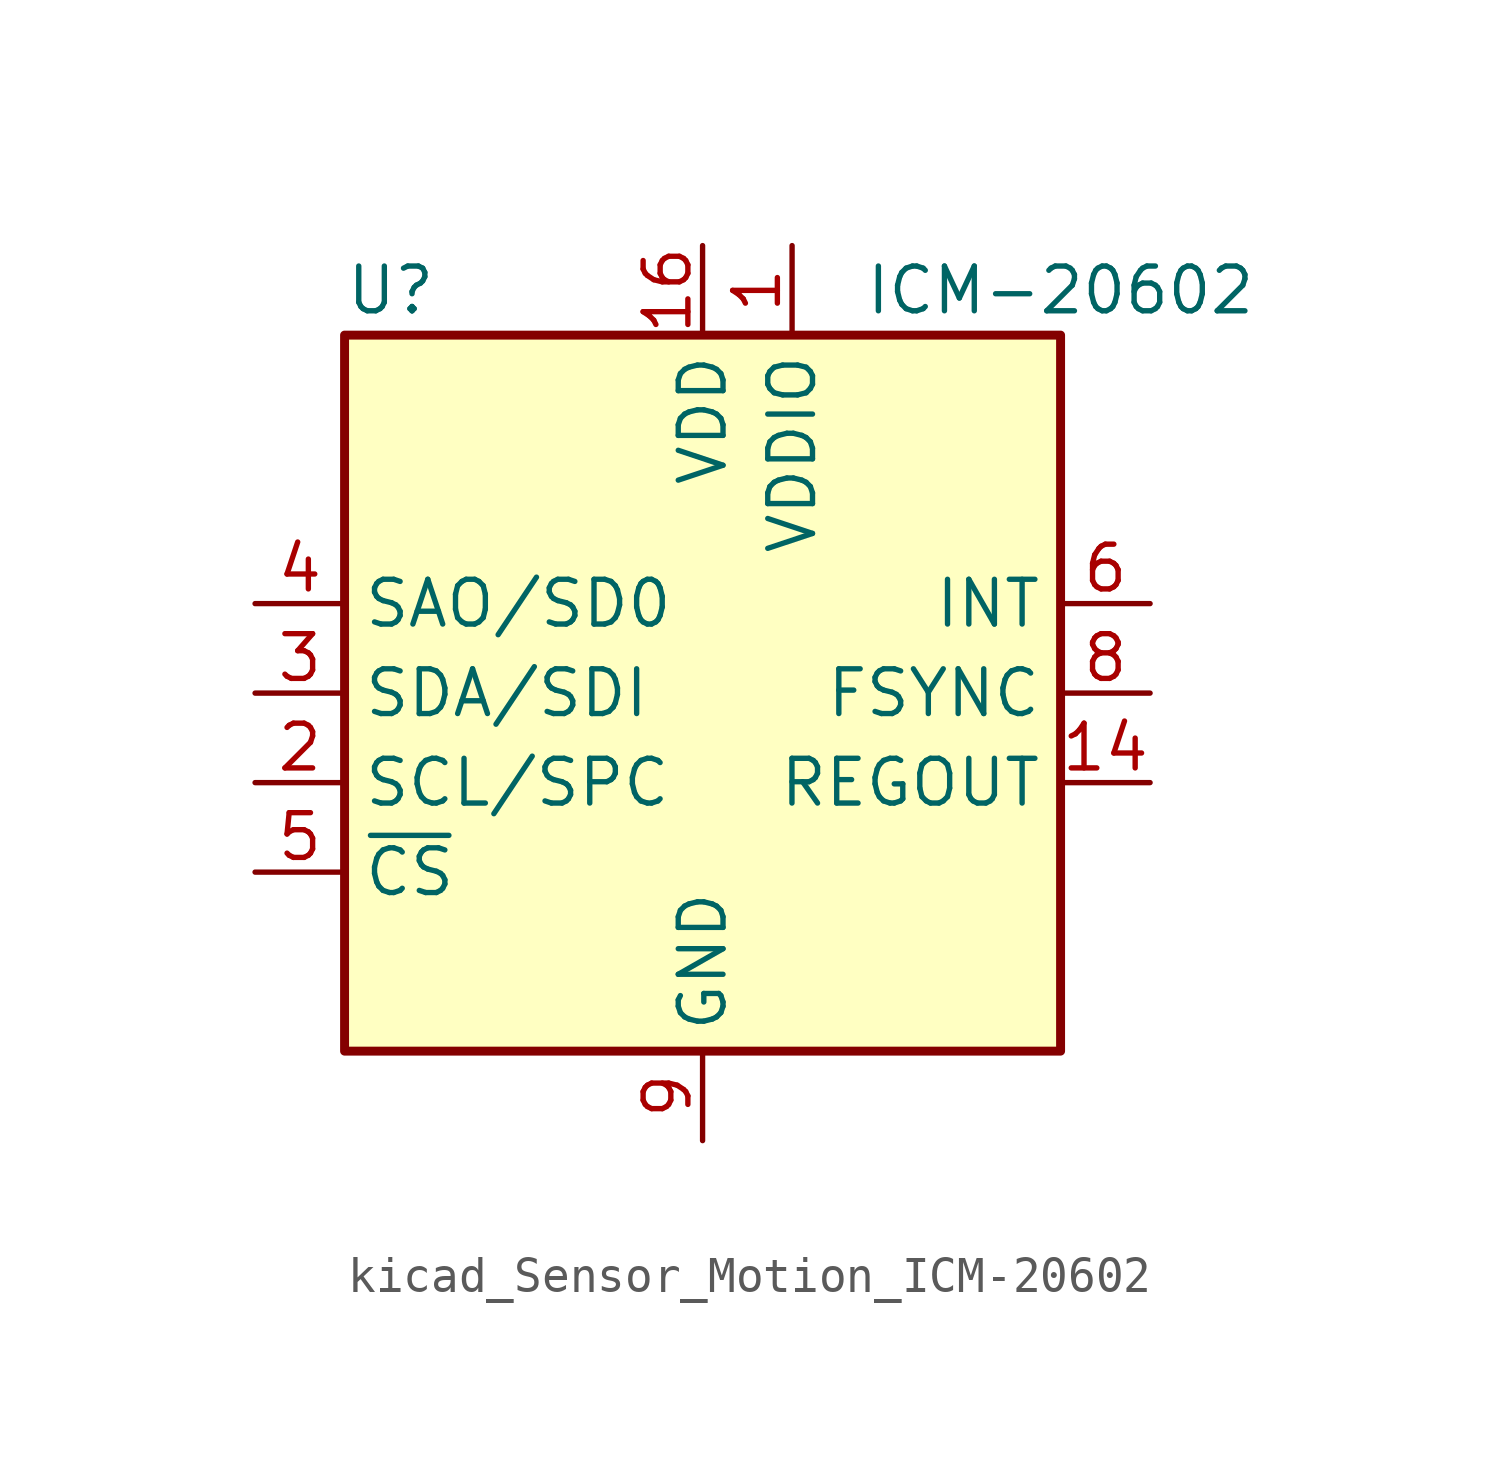
<source format=kicad_sym>
(kicad_symbol_lib
  (version 20220914)
  (generator kicad_symbol_editor)
  (symbol "kicad_Sensor_Motion_ICM-20602"
    (property "Reference" "U"
      (at -10.16 11.43 0)
      (effects (font (size 1.27 1.27)) (justify left)))
    (property "Value" "ICM-20602"
      (at 10.16 11.43 0)
      (effects (font (size 1.27 1.27))))
    (symbol "kicad_Sensor_Motion_ICM-20602_0_1"
      (rectangle (start -10.16 10.16) (end 10.16 -10.16) (stroke (width 0.254) (type default)) (fill (type background))))
    (symbol "kicad_Sensor_Motion_ICM-20602_1_1"
      (pin power_in line (at 2.54 12.7 270) (length 2.54) (name "VDDIO" (effects (font (size 1.27 1.27)))) (number "1" (effects (font (size 1.27 1.27)))))
      (pin passive line (at 0 -12.7 90) (length 2.54) hide (name "GND" (effects (font (size 1.27 1.27)))) (number "10" (effects (font (size 1.27 1.27)))))
      (pin passive line (at 0 -12.7 90) (length 2.54) hide (name "GND" (effects (font (size 1.27 1.27)))) (number "11" (effects (font (size 1.27 1.27)))))
      (pin passive line (at 0 -12.7 90) (length 2.54) hide (name "GND" (effects (font (size 1.27 1.27)))) (number "12" (effects (font (size 1.27 1.27)))))
      (pin passive line (at 0 -12.7 90) (length 2.54) hide (name "GND" (effects (font (size 1.27 1.27)))) (number "13" (effects (font (size 1.27 1.27)))))
      (pin passive line (at 12.7 -2.54 180) (length 2.54) (name "REGOUT" (effects (font (size 1.27 1.27)))) (number "14" (effects (font (size 1.27 1.27)))))
      (pin passive line (at 0 -12.7 90) (length 2.54) hide (name "GND" (effects (font (size 1.27 1.27)))) (number "15" (effects (font (size 1.27 1.27)))))
      (pin power_in line (at 0 12.7 270) (length 2.54) (name "VDD" (effects (font (size 1.27 1.27)))) (number "16" (effects (font (size 1.27 1.27)))))
      (pin input line (at -12.7 -2.54 0) (length 2.54) (name "SCL/SPC" (effects (font (size 1.27 1.27)))) (number "2" (effects (font (size 1.27 1.27)))))
      (pin bidirectional line (at -12.7 0 0) (length 2.54) (name "SDA/SDI" (effects (font (size 1.27 1.27)))) (number "3" (effects (font (size 1.27 1.27)))))
      (pin bidirectional line (at -12.7 2.54 0) (length 2.54) (name "SAO/SD0" (effects (font (size 1.27 1.27)))) (number "4" (effects (font (size 1.27 1.27)))))
      (pin input line (at -12.7 -5.08 0) (length 2.54) (name "~{CS}" (effects (font (size 1.27 1.27)))) (number "5" (effects (font (size 1.27 1.27)))))
      (pin output line (at 12.7 2.54 180) (length 2.54) (name "INT" (effects (font (size 1.27 1.27)))) (number "6" (effects (font (size 1.27 1.27)))))
      (pin no_connect line (at -10.16 5.08 0) (length 2.54) hide (name "RESV" (effects (font (size 1.27 1.27)))) (number "7" (effects (font (size 1.27 1.27)))))
      (pin input line (at 12.7 0 180) (length 2.54) (name "FSYNC" (effects (font (size 1.27 1.27)))) (number "8" (effects (font (size 1.27 1.27)))))
      (pin power_in line (at 0 -12.7 90) (length 2.54) (name "GND" (effects (font (size 1.27 1.27)))) (number "9" (effects (font (size 1.27 1.27))))))))
</source>
